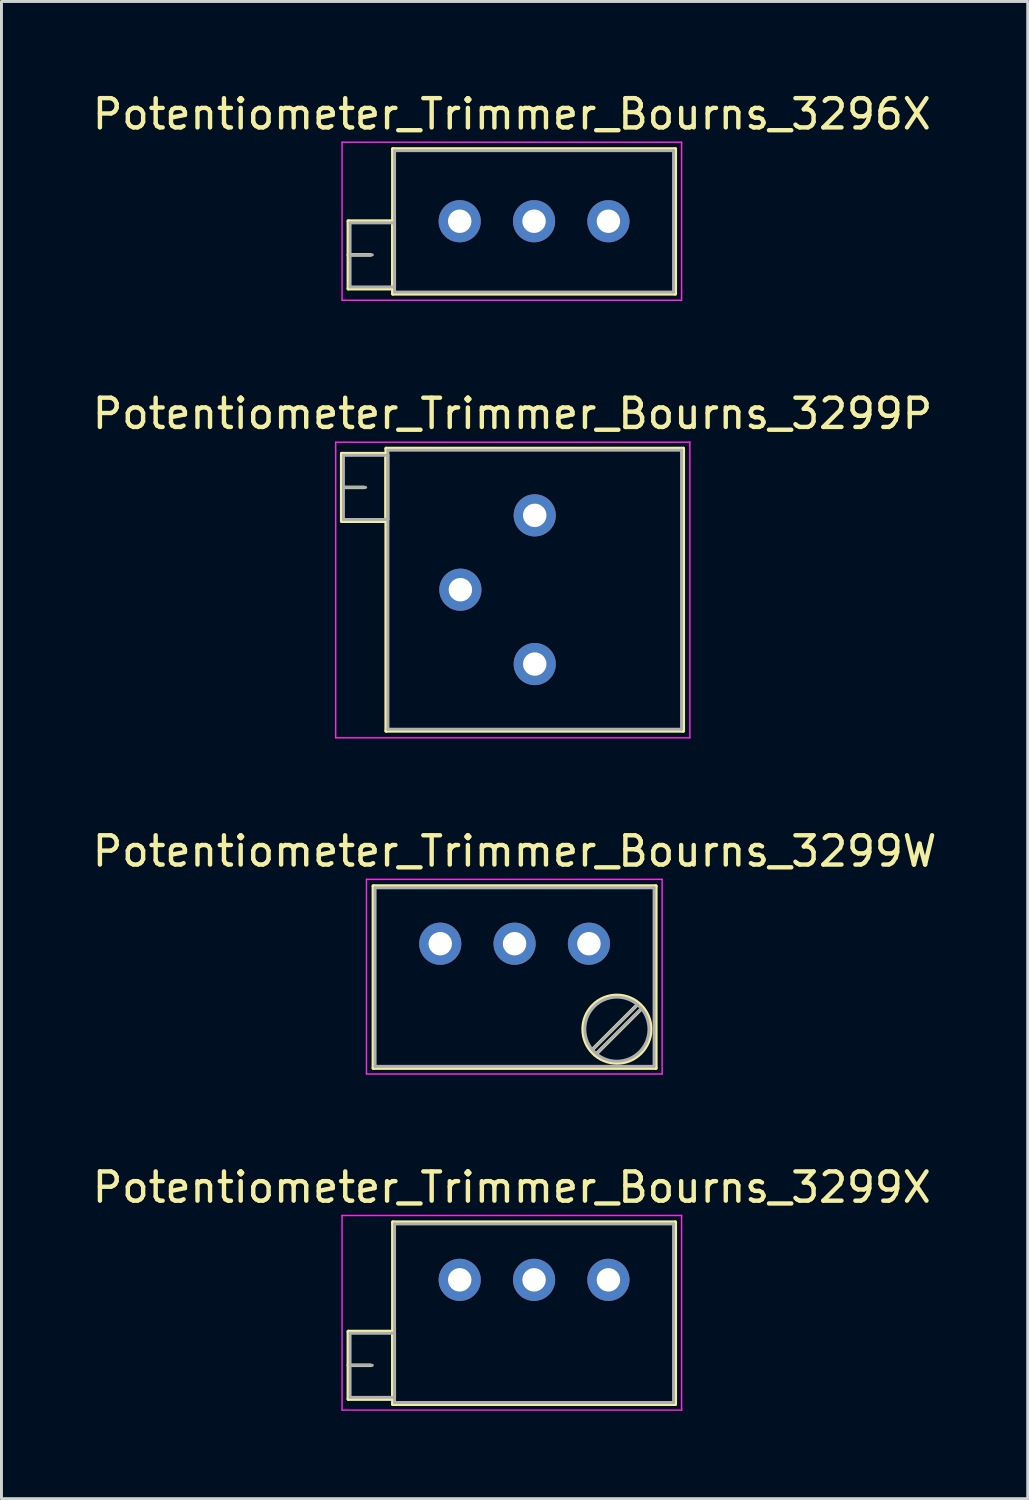
<source format=kicad_pcb>
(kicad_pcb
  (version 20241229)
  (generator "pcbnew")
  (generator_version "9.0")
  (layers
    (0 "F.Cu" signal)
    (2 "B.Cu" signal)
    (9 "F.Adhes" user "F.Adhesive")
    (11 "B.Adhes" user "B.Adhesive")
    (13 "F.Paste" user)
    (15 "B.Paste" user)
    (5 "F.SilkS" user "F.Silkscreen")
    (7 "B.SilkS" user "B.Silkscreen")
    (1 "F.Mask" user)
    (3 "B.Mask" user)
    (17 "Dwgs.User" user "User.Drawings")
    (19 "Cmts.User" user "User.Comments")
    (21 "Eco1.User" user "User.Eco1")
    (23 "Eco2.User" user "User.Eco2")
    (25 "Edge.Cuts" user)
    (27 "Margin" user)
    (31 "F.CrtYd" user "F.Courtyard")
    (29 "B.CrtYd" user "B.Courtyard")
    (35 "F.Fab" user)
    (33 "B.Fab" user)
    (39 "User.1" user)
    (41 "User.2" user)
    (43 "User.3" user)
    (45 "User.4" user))
  (footprint "Potentiometer_Trimmer_Bourns_3299X"
    (layer "F.Cu")
    (at 17.735 40.673)
    (property "Reference" "Potentiometer_Trimmer_Bourns_3299X" (at -3.3 -3.16 0) (layer "F.SilkS") (effects (font (size 1 1) (thickness 0.15))))
    (attr through_hole)
    (fp_line (start -8.885 1.765) (end -8.885 4.075) (stroke (width 0.12) (type solid)) (layer "F.SilkS"))
    (fp_line (start -8.885 1.765) (end -7.366 1.765) (stroke (width 0.12) (type solid)) (layer "F.SilkS"))
    (fp_line (start -8.885 2.92) (end -8.125 2.92) (stroke (width 0.12) (type solid)) (layer "F.SilkS"))
    (fp_line (start -8.885 4.075) (end -7.366 4.075) (stroke (width 0.12) (type solid)) (layer "F.SilkS"))
    (fp_line (start -7.366 1.765) (end -7.366 4.075) (stroke (width 0.12) (type solid)) (layer "F.SilkS"))
    (fp_line (start -7.365 -1.97) (end -7.365 4.25) (stroke (width 0.12) (type solid)) (layer "F.SilkS"))
    (fp_line (start -7.365 -1.97) (end 2.285 -1.97) (stroke (width 0.12) (type solid)) (layer "F.SilkS"))
    (fp_line (start -7.365 4.25) (end 2.285 4.25) (stroke (width 0.12) (type solid)) (layer "F.SilkS"))
    (fp_line (start 2.285 -1.97) (end 2.285 4.25) (stroke (width 0.12) (type solid)) (layer "F.SilkS"))
    (fp_line (start -9.1 -2.2) (end -9.1 4.45) (stroke (width 0.05) (type solid)) (layer "F.CrtYd"))
    (fp_line (start -9.1 4.45) (end 2.5 4.45) (stroke (width 0.05) (type solid)) (layer "F.CrtYd"))
    (fp_line (start 2.5 -2.2) (end -9.1 -2.2) (stroke (width 0.05) (type solid)) (layer "F.CrtYd"))
    (fp_line (start 2.5 4.45) (end 2.5 -2.2) (stroke (width 0.05) (type solid)) (layer "F.CrtYd"))
    (fp_line (start -8.825 1.825) (end -8.825 4.015) (stroke (width 0.1) (type solid)) (layer "F.Fab"))
    (fp_line (start -8.825 2.92) (end -8.065 2.92) (stroke (width 0.1) (type solid)) (layer "F.Fab"))
    (fp_line (start -8.825 4.015) (end -7.305 4.015) (stroke (width 0.1) (type solid)) (layer "F.Fab"))
    (fp_line (start -7.305 -1.91) (end -7.305 4.19) (stroke (width 0.1) (type solid)) (layer "F.Fab"))
    (fp_line (start -7.305 1.825) (end -8.825 1.825) (stroke (width 0.1) (type solid)) (layer "F.Fab"))
    (fp_line (start -7.305 4.015) (end -7.305 1.825) (stroke (width 0.1) (type solid)) (layer "F.Fab"))
    (fp_line (start -7.305 4.19) (end 2.225 4.19) (stroke (width 0.1) (type solid)) (layer "F.Fab"))
    (fp_line (start 2.225 -1.91) (end -7.305 -1.91) (stroke (width 0.1) (type solid)) (layer "F.Fab"))
    (fp_line (start 2.225 4.19) (end 2.225 -1.91) (stroke (width 0.1) (type solid)) (layer "F.Fab"))
    (pad "1" thru_hole circle (at 0 0) (size 1.44 1.44) (drill 0.8) (layers "*.Cu" "*.Mask"))
    (pad "2" thru_hole circle (at -2.54 0) (size 1.44 1.44) (drill 0.8) (layers "*.Cu" "*.Mask"))
    (pad "3" thru_hole circle (at -5.08 0) (size 1.44 1.44) (drill 0.8) (layers "*.Cu" "*.Mask")))
  (footprint "Potentiometer_Trimmer_Bourns_3299W"
    (layer "F.Cu")
    (at 17.07 29.19)
    (property "Reference" "Potentiometer_Trimmer_Bourns_3299W" (at -2.54 -3.16 0) (layer "F.SilkS") (effects (font (size 1 1) (thickness 0.15))))
    (attr through_hole)
    (fp_line (start -7.365 -1.97) (end -7.365 4.25) (stroke (width 0.12) (type solid)) (layer "F.SilkS"))
    (fp_line (start -7.365 -1.97) (end 2.285 -1.97) (stroke (width 0.12) (type solid)) (layer "F.SilkS"))
    (fp_line (start -7.365 4.25) (end 2.285 4.25) (stroke (width 0.12) (type solid)) (layer "F.SilkS"))
    (fp_line (start 1.691 2.045) (end 0.079 3.655) (stroke (width 0.12) (type solid)) (layer "F.SilkS"))
    (fp_line (start 1.831 2.186) (end 0.22 3.796) (stroke (width 0.12) (type solid)) (layer "F.SilkS"))
    (fp_line (start 2.285 -1.97) (end 2.285 4.25) (stroke (width 0.12) (type solid)) (layer "F.SilkS"))
    (fp_circle (center 0.955 2.92) (end 2.11 2.92) (stroke (width 0.12) (type solid)) (fill no) (layer "F.SilkS"))
    (fp_line (start -7.6 -2.2) (end -7.6 4.45) (stroke (width 0.05) (type solid)) (layer "F.CrtYd"))
    (fp_line (start -7.6 4.45) (end 2.5 4.45) (stroke (width 0.05) (type solid)) (layer "F.CrtYd"))
    (fp_line (start 2.5 -2.2) (end -7.6 -2.2) (stroke (width 0.05) (type solid)) (layer "F.CrtYd"))
    (fp_line (start 2.5 4.45) (end 2.5 -2.2) (stroke (width 0.05) (type solid)) (layer "F.CrtYd"))
    (fp_line (start -7.305 -1.91) (end -7.305 4.19) (stroke (width 0.1) (type solid)) (layer "F.Fab"))
    (fp_line (start -7.305 4.19) (end 2.225 4.19) (stroke (width 0.1) (type solid)) (layer "F.Fab"))
    (fp_line (start 1.652 2.09) (end 0.125 3.617) (stroke (width 0.1) (type solid)) (layer "F.Fab"))
    (fp_line (start 1.786 2.224) (end 0.259 3.751) (stroke (width 0.1) (type solid)) (layer "F.Fab"))
    (fp_line (start 2.225 -1.91) (end -7.305 -1.91) (stroke (width 0.1) (type solid)) (layer "F.Fab"))
    (fp_line (start 2.225 4.19) (end 2.225 -1.91) (stroke (width 0.1) (type solid)) (layer "F.Fab"))
    (fp_circle (center 0.955 2.92) (end 2.05 2.92) (stroke (width 0.1) (type solid)) (fill no) (layer "F.Fab"))
    (pad "1" thru_hole circle (at 0 0) (size 1.44 1.44) (drill 0.8) (layers "*.Cu" "*.Mask"))
    (pad "2" thru_hole circle (at -2.54 0) (size 1.44 1.44) (drill 0.8) (layers "*.Cu" "*.Mask"))
    (pad "3" thru_hole circle (at -5.08 0) (size 1.44 1.44) (drill 0.8) (layers "*.Cu" "*.Mask")))
  (footprint "Potentiometer_Trimmer_Bourns_3296X"
    (layer "F.Cu")
    (at 17.735 4.508)
    (property "Reference" "Potentiometer_Trimmer_Bourns_3296X" (at -3.3 -3.66 0) (layer "F.SilkS") (effects (font (size 1 1) (thickness 0.15))))
    (attr through_hole)
    (fp_line (start -8.885 -0.005) (end -8.885 2.305) (stroke (width 0.12) (type solid)) (layer "F.SilkS"))
    (fp_line (start -8.885 -0.005) (end -7.366 -0.005) (stroke (width 0.12) (type solid)) (layer "F.SilkS"))
    (fp_line (start -8.885 1.15) (end -8.125 1.15) (stroke (width 0.12) (type solid)) (layer "F.SilkS"))
    (fp_line (start -8.885 2.305) (end -7.366 2.305) (stroke (width 0.12) (type solid)) (layer "F.SilkS"))
    (fp_line (start -7.366 -0.005) (end -7.366 2.305) (stroke (width 0.12) (type solid)) (layer "F.SilkS"))
    (fp_line (start -7.365 -2.47) (end -7.365 2.481) (stroke (width 0.12) (type solid)) (layer "F.SilkS"))
    (fp_line (start -7.365 -2.47) (end 2.285 -2.47) (stroke (width 0.12) (type solid)) (layer "F.SilkS"))
    (fp_line (start -7.365 2.481) (end 2.285 2.481) (stroke (width 0.12) (type solid)) (layer "F.SilkS"))
    (fp_line (start 2.285 -2.47) (end 2.285 2.481) (stroke (width 0.12) (type solid)) (layer "F.SilkS"))
    (fp_line (start -9.1 -2.7) (end -9.1 2.7) (stroke (width 0.05) (type solid)) (layer "F.CrtYd"))
    (fp_line (start -9.1 2.7) (end 2.5 2.7) (stroke (width 0.05) (type solid)) (layer "F.CrtYd"))
    (fp_line (start 2.5 -2.7) (end -9.1 -2.7) (stroke (width 0.05) (type solid)) (layer "F.CrtYd"))
    (fp_line (start 2.5 2.7) (end 2.5 -2.7) (stroke (width 0.05) (type solid)) (layer "F.CrtYd"))
    (fp_line (start -8.825 0.055) (end -8.825 2.245) (stroke (width 0.1) (type solid)) (layer "F.Fab"))
    (fp_line (start -8.825 1.15) (end -8.065 1.15) (stroke (width 0.1) (type solid)) (layer "F.Fab"))
    (fp_line (start -8.825 2.245) (end -7.305 2.245) (stroke (width 0.1) (type solid)) (layer "F.Fab"))
    (fp_line (start -7.305 -2.41) (end -7.305 2.42) (stroke (width 0.1) (type solid)) (layer "F.Fab"))
    (fp_line (start -7.305 0.055) (end -8.825 0.055) (stroke (width 0.1) (type solid)) (layer "F.Fab"))
    (fp_line (start -7.305 2.245) (end -7.305 0.055) (stroke (width 0.1) (type solid)) (layer "F.Fab"))
    (fp_line (start -7.305 2.42) (end 2.225 2.42) (stroke (width 0.1) (type solid)) (layer "F.Fab"))
    (fp_line (start 2.225 -2.41) (end -7.305 -2.41) (stroke (width 0.1) (type solid)) (layer "F.Fab"))
    (fp_line (start 2.225 2.42) (end 2.225 -2.41) (stroke (width 0.1) (type solid)) (layer "F.Fab"))
    (pad "1" thru_hole circle (at 0 0) (size 1.44 1.44) (drill 0.8) (layers "*.Cu" "*.Mask"))
    (pad "2" thru_hole circle (at -2.54 0) (size 1.44 1.44) (drill 0.8) (layers "*.Cu" "*.Mask"))
    (pad "3" thru_hole circle (at -5.08 0) (size 1.44 1.44) (drill 0.8) (layers "*.Cu" "*.Mask")))
  (footprint "Potentiometer_Trimmer_Bourns_3299P"
    (layer "F.Cu")
    (at 15.218 14.556)
    (property "Reference" "Potentiometer_Trimmer_Bourns_3299P" (at -0.76 -3.475 0) (layer "F.SilkS") (effects (font (size 1 1) (thickness 0.15))))
    (attr through_hole)
    (fp_line (start -6.595 -2.109) (end -6.595 0.2) (stroke (width 0.12) (type solid)) (layer "F.SilkS"))
    (fp_line (start -6.595 -2.109) (end -5.076 -2.109) (stroke (width 0.12) (type solid)) (layer "F.SilkS"))
    (fp_line (start -6.595 -0.955) (end -5.835 -0.955) (stroke (width 0.12) (type solid)) (layer "F.SilkS"))
    (fp_line (start -6.595 0.2) (end -5.076 0.2) (stroke (width 0.12) (type solid)) (layer "F.SilkS"))
    (fp_line (start -5.076 -2.109) (end -5.076 0.2) (stroke (width 0.12) (type solid)) (layer "F.SilkS"))
    (fp_line (start -5.075 -2.285) (end -5.075 7.365) (stroke (width 0.12) (type solid)) (layer "F.SilkS"))
    (fp_line (start -5.075 -2.285) (end 5.075 -2.285) (stroke (width 0.12) (type solid)) (layer "F.SilkS"))
    (fp_line (start -5.075 7.365) (end 5.075 7.365) (stroke (width 0.12) (type solid)) (layer "F.SilkS"))
    (fp_line (start 5.075 -2.285) (end 5.075 7.365) (stroke (width 0.12) (type solid)) (layer "F.SilkS"))
    (fp_line (start -6.8 -2.5) (end -6.8 7.6) (stroke (width 0.05) (type solid)) (layer "F.CrtYd"))
    (fp_line (start -6.8 7.6) (end 5.3 7.6) (stroke (width 0.05) (type solid)) (layer "F.CrtYd"))
    (fp_line (start 5.3 -2.5) (end -6.8 -2.5) (stroke (width 0.05) (type solid)) (layer "F.CrtYd"))
    (fp_line (start 5.3 7.6) (end 5.3 -2.5) (stroke (width 0.05) (type solid)) (layer "F.CrtYd"))
    (fp_line (start -6.535 -2.05) (end -6.535 0.14) (stroke (width 0.1) (type solid)) (layer "F.Fab"))
    (fp_line (start -6.535 -0.955) (end -5.775 -0.955) (stroke (width 0.1) (type solid)) (layer "F.Fab"))
    (fp_line (start -6.535 0.14) (end -5.015 0.14) (stroke (width 0.1) (type solid)) (layer "F.Fab"))
    (fp_line (start -5.015 -2.225) (end -5.015 7.305) (stroke (width 0.1) (type solid)) (layer "F.Fab"))
    (fp_line (start -5.015 -2.05) (end -6.535 -2.05) (stroke (width 0.1) (type solid)) (layer "F.Fab"))
    (fp_line (start -5.015 0.14) (end -5.015 -2.05) (stroke (width 0.1) (type solid)) (layer "F.Fab"))
    (fp_line (start -5.015 7.305) (end 5.015 7.305) (stroke (width 0.1) (type solid)) (layer "F.Fab"))
    (fp_line (start 5.015 -2.225) (end -5.015 -2.225) (stroke (width 0.1) (type solid)) (layer "F.Fab"))
    (fp_line (start 5.015 7.305) (end 5.015 -2.225) (stroke (width 0.1) (type solid)) (layer "F.Fab"))
    (pad "1" thru_hole circle (at 0 0) (size 1.44 1.44) (drill 0.8) (layers "*.Cu" "*.Mask"))
    (pad "2" thru_hole circle (at -2.54 2.54) (size 1.44 1.44) (drill 0.8) (layers "*.Cu" "*.Mask"))
    (pad "3" thru_hole circle (at 0 5.08) (size 1.44 1.44) (drill 0.8) (layers "*.Cu" "*.Mask")))
  (gr_rect
    (start -3 -3)
    (end 32.06 48.148)
    (stroke (width 0.1) (type default))
    (fill no)
    (layer "Edge.Cuts")))
</source>
